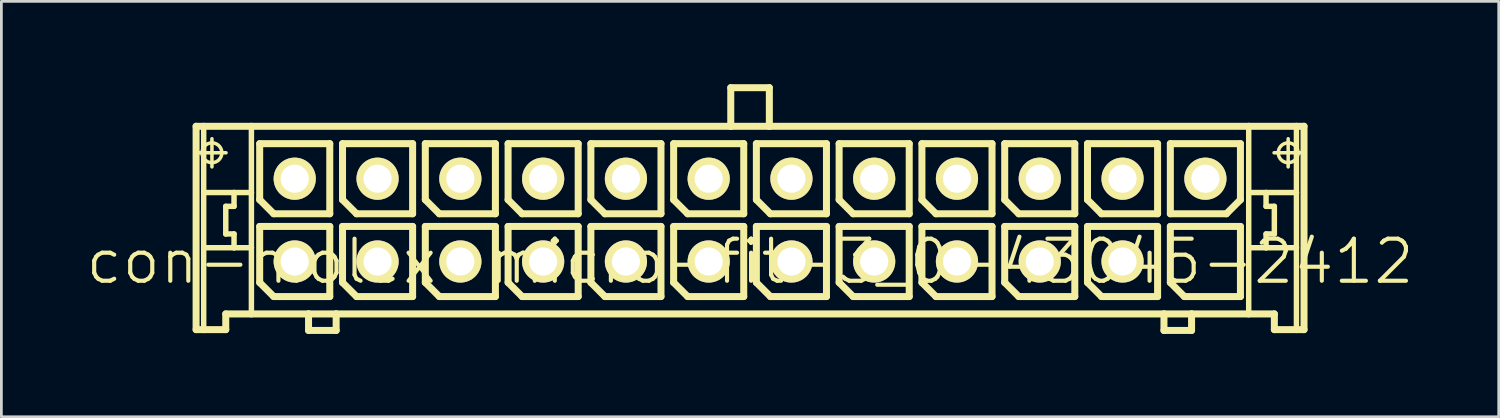
<source format=kicad_pcb>
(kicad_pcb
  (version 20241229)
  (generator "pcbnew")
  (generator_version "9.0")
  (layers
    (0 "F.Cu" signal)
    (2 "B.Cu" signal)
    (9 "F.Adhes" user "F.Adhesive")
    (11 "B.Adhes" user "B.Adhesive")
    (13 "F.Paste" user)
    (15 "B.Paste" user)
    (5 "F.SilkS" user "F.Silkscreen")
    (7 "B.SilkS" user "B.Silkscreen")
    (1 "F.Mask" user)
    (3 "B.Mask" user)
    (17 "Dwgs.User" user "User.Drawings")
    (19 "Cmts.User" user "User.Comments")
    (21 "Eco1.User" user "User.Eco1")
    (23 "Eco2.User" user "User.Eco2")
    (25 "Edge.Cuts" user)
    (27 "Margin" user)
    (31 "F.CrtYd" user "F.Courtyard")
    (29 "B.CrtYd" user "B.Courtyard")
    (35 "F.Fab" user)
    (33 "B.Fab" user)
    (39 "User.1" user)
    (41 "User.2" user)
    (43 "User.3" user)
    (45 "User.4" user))
  (footprint "con-molex-micro-fit-3_0-43045-2412"
    (layer "F.Cu")
    (at 24.13 6.426)
    (property "Reference" "con-molex-micro-fit-3_0-43045-2412" (at 0 0 0) (layer "F.SilkS") (effects (font (size 1.524 1.524) (thickness 0.15))))
    (attr exclude_from_pos_files exclude_from_bom)
    (fp_line (start -20.074 -4.9) (end -19.799 -4.9) (stroke (width 0.254) (type solid)) (layer "F.SilkS"))
    (fp_line (start -20.074 2.469) (end -20.074 -4.9) (stroke (width 0.254) (type solid)) (layer "F.SilkS"))
    (fp_line (start -20.008 -3.94) (end -18.989 -3.94) (stroke (width 0.127) (type solid)) (layer "F.SilkS"))
    (fp_line (start -19.799 -4.9) (end -18.07 -4.9) (stroke (width 0.254) (type solid)) (layer "F.SilkS"))
    (fp_line (start -19.799 -2.499) (end -19.799 -4.9) (stroke (width 0.198) (type solid)) (layer "F.SilkS"))
    (fp_line (start -19.799 -0.498) (end -19.799 -2.499) (stroke (width 0.198) (type solid)) (layer "F.SilkS"))
    (fp_line (start -19.799 2.469) (end -20.074 2.469) (stroke (width 0.254) (type solid)) (layer "F.SilkS"))
    (fp_line (start -19.799 2.469) (end -19.799 -0.498) (stroke (width 0.198) (type solid)) (layer "F.SilkS"))
    (fp_line (start -19.5 -3.429) (end -19.5 -4.448) (stroke (width 0.127) (type solid)) (layer "F.SilkS"))
    (fp_line (start -18.999 -1.999) (end -18.999 -0.998) (stroke (width 0.198) (type solid)) (layer "F.SilkS"))
    (fp_line (start -18.999 -0.998) (end -18.699 -0.998) (stroke (width 0.198) (type solid)) (layer "F.SilkS"))
    (fp_line (start -18.999 1.9) (end -18.999 2.469) (stroke (width 0.254) (type solid)) (layer "F.SilkS"))
    (fp_line (start -18.999 2.469) (end -19.799 2.469) (stroke (width 0.254) (type solid)) (layer "F.SilkS"))
    (fp_line (start -18.699 -2.499) (end -19.799 -2.499) (stroke (width 0.198) (type solid)) (layer "F.SilkS"))
    (fp_line (start -18.699 -2.499) (end -18.699 -1.999) (stroke (width 0.198) (type solid)) (layer "F.SilkS"))
    (fp_line (start -18.699 -1.999) (end -18.999 -1.999) (stroke (width 0.198) (type solid)) (layer "F.SilkS"))
    (fp_line (start -18.699 -0.998) (end -18.699 -0.498) (stroke (width 0.198) (type solid)) (layer "F.SilkS"))
    (fp_line (start -18.699 -0.498) (end -19.799 -0.498) (stroke (width 0.198) (type solid)) (layer "F.SilkS"))
    (fp_line (start -18.07 -4.9) (end -0.699 -4.9) (stroke (width 0.254) (type solid)) (layer "F.SilkS"))
    (fp_line (start -18.07 -2.499) (end -18.699 -2.499) (stroke (width 0.198) (type solid)) (layer "F.SilkS"))
    (fp_line (start -18.07 -2.499) (end -18.07 -4.9) (stroke (width 0.198) (type solid)) (layer "F.SilkS"))
    (fp_line (start -18.07 -0.498) (end -18.699 -0.498) (stroke (width 0.198) (type solid)) (layer "F.SilkS"))
    (fp_line (start -18.07 -0.498) (end -18.07 -2.499) (stroke (width 0.198) (type solid)) (layer "F.SilkS"))
    (fp_line (start -18.07 1.9) (end -18.999 1.9) (stroke (width 0.254) (type solid)) (layer "F.SilkS"))
    (fp_line (start -18.07 1.9) (end -18.07 -0.498) (stroke (width 0.198) (type solid)) (layer "F.SilkS"))
    (fp_line (start -17.77 -4.27) (end -15.23 -4.27) (stroke (width 0.254) (type solid)) (layer "F.SilkS"))
    (fp_line (start -17.77 -2.238) (end -17.77 -4.27) (stroke (width 0.254) (type solid)) (layer "F.SilkS"))
    (fp_line (start -17.77 -1.27) (end -15.23 -1.27) (stroke (width 0.254) (type solid)) (layer "F.SilkS"))
    (fp_line (start -17.77 0.762) (end -17.77 -1.27) (stroke (width 0.254) (type solid)) (layer "F.SilkS"))
    (fp_line (start -17.262 -1.73) (end -17.77 -2.238) (stroke (width 0.254) (type solid)) (layer "F.SilkS"))
    (fp_line (start -17.262 1.27) (end -17.77 0.762) (stroke (width 0.254) (type solid)) (layer "F.SilkS"))
    (fp_line (start -15.999 1.9) (end -18.07 1.9) (stroke (width 0.254) (type solid)) (layer "F.SilkS"))
    (fp_line (start -15.999 1.9) (end -15.999 2.499) (stroke (width 0.254) (type solid)) (layer "F.SilkS"))
    (fp_line (start -15.999 2.499) (end -14.999 2.499) (stroke (width 0.254) (type solid)) (layer "F.SilkS"))
    (fp_line (start -15.23 -4.27) (end -15.23 -1.73) (stroke (width 0.254) (type solid)) (layer "F.SilkS"))
    (fp_line (start -15.23 -1.73) (end -17.262 -1.73) (stroke (width 0.254) (type solid)) (layer "F.SilkS"))
    (fp_line (start -15.23 -1.27) (end -15.23 1.27) (stroke (width 0.254) (type solid)) (layer "F.SilkS"))
    (fp_line (start -15.23 1.27) (end -17.262 1.27) (stroke (width 0.254) (type solid)) (layer "F.SilkS"))
    (fp_line (start -14.999 1.9) (end -15.999 1.9) (stroke (width 0.254) (type solid)) (layer "F.SilkS"))
    (fp_line (start -14.999 2.499) (end -14.999 1.9) (stroke (width 0.254) (type solid)) (layer "F.SilkS"))
    (fp_line (start -14.768 -4.27) (end -12.228 -4.27) (stroke (width 0.254) (type solid)) (layer "F.SilkS"))
    (fp_line (start -14.768 -2.238) (end -14.768 -4.27) (stroke (width 0.254) (type solid)) (layer "F.SilkS"))
    (fp_line (start -14.768 -1.27) (end -12.228 -1.27) (stroke (width 0.254) (type solid)) (layer "F.SilkS"))
    (fp_line (start -14.768 0.762) (end -14.768 -1.27) (stroke (width 0.254) (type solid)) (layer "F.SilkS"))
    (fp_line (start -14.26 -1.73) (end -14.768 -2.238) (stroke (width 0.254) (type solid)) (layer "F.SilkS"))
    (fp_line (start -14.26 1.27) (end -14.768 0.762) (stroke (width 0.254) (type solid)) (layer "F.SilkS"))
    (fp_line (start -12.228 -4.27) (end -12.228 -1.73) (stroke (width 0.254) (type solid)) (layer "F.SilkS"))
    (fp_line (start -12.228 -1.73) (end -14.26 -1.73) (stroke (width 0.254) (type solid)) (layer "F.SilkS"))
    (fp_line (start -12.228 -1.27) (end -12.228 1.27) (stroke (width 0.254) (type solid)) (layer "F.SilkS"))
    (fp_line (start -12.228 1.27) (end -14.26 1.27) (stroke (width 0.254) (type solid)) (layer "F.SilkS"))
    (fp_line (start -11.768 -4.27) (end -9.228 -4.27) (stroke (width 0.254) (type solid)) (layer "F.SilkS"))
    (fp_line (start -11.768 -2.238) (end -11.768 -4.27) (stroke (width 0.254) (type solid)) (layer "F.SilkS"))
    (fp_line (start -11.768 -1.27) (end -9.228 -1.27) (stroke (width 0.254) (type solid)) (layer "F.SilkS"))
    (fp_line (start -11.768 0.762) (end -11.768 -1.27) (stroke (width 0.254) (type solid)) (layer "F.SilkS"))
    (fp_line (start -11.26 -1.73) (end -11.768 -2.238) (stroke (width 0.254) (type solid)) (layer "F.SilkS"))
    (fp_line (start -11.26 1.27) (end -11.768 0.762) (stroke (width 0.254) (type solid)) (layer "F.SilkS"))
    (fp_line (start -9.228 -4.27) (end -9.228 -1.73) (stroke (width 0.254) (type solid)) (layer "F.SilkS"))
    (fp_line (start -9.228 -1.73) (end -11.26 -1.73) (stroke (width 0.254) (type solid)) (layer "F.SilkS"))
    (fp_line (start -9.228 -1.27) (end -9.228 1.27) (stroke (width 0.254) (type solid)) (layer "F.SilkS"))
    (fp_line (start -9.228 1.27) (end -11.26 1.27) (stroke (width 0.254) (type solid)) (layer "F.SilkS"))
    (fp_line (start -8.768 -4.27) (end -6.228 -4.27) (stroke (width 0.254) (type solid)) (layer "F.SilkS"))
    (fp_line (start -8.768 -2.238) (end -8.768 -4.27) (stroke (width 0.254) (type solid)) (layer "F.SilkS"))
    (fp_line (start -8.768 -1.27) (end -6.228 -1.27) (stroke (width 0.254) (type solid)) (layer "F.SilkS"))
    (fp_line (start -8.768 0.762) (end -8.768 -1.27) (stroke (width 0.254) (type solid)) (layer "F.SilkS"))
    (fp_line (start -8.26 -1.73) (end -8.768 -2.238) (stroke (width 0.254) (type solid)) (layer "F.SilkS"))
    (fp_line (start -8.26 1.27) (end -8.768 0.762) (stroke (width 0.254) (type solid)) (layer "F.SilkS"))
    (fp_line (start -6.228 -4.27) (end -6.228 -1.73) (stroke (width 0.254) (type solid)) (layer "F.SilkS"))
    (fp_line (start -6.228 -1.73) (end -8.26 -1.73) (stroke (width 0.254) (type solid)) (layer "F.SilkS"))
    (fp_line (start -6.228 -1.27) (end -6.228 1.27) (stroke (width 0.254) (type solid)) (layer "F.SilkS"))
    (fp_line (start -6.228 1.27) (end -8.26 1.27) (stroke (width 0.254) (type solid)) (layer "F.SilkS"))
    (fp_line (start -5.768 -4.27) (end -3.228 -4.27) (stroke (width 0.254) (type solid)) (layer "F.SilkS"))
    (fp_line (start -5.768 -2.238) (end -5.768 -4.27) (stroke (width 0.254) (type solid)) (layer "F.SilkS"))
    (fp_line (start -5.768 -1.27) (end -3.228 -1.27) (stroke (width 0.254) (type solid)) (layer "F.SilkS"))
    (fp_line (start -5.768 0.762) (end -5.768 -1.27) (stroke (width 0.254) (type solid)) (layer "F.SilkS"))
    (fp_line (start -5.26 -1.73) (end -5.768 -2.238) (stroke (width 0.254) (type solid)) (layer "F.SilkS"))
    (fp_line (start -5.26 1.27) (end -5.768 0.762) (stroke (width 0.254) (type solid)) (layer "F.SilkS"))
    (fp_line (start -3.228 -4.27) (end -3.228 -1.73) (stroke (width 0.254) (type solid)) (layer "F.SilkS"))
    (fp_line (start -3.228 -1.73) (end -5.26 -1.73) (stroke (width 0.254) (type solid)) (layer "F.SilkS"))
    (fp_line (start -3.228 -1.27) (end -3.228 1.27) (stroke (width 0.254) (type solid)) (layer "F.SilkS"))
    (fp_line (start -3.228 1.27) (end -5.26 1.27) (stroke (width 0.254) (type solid)) (layer "F.SilkS"))
    (fp_line (start -2.769 -4.27) (end -0.229 -4.27) (stroke (width 0.254) (type solid)) (layer "F.SilkS"))
    (fp_line (start -2.769 -2.238) (end -2.769 -4.27) (stroke (width 0.254) (type solid)) (layer "F.SilkS"))
    (fp_line (start -2.769 -1.27) (end -0.229 -1.27) (stroke (width 0.254) (type solid)) (layer "F.SilkS"))
    (fp_line (start -2.769 0.762) (end -2.769 -1.27) (stroke (width 0.254) (type solid)) (layer "F.SilkS"))
    (fp_line (start -2.261 -1.73) (end -2.769 -2.238) (stroke (width 0.254) (type solid)) (layer "F.SilkS"))
    (fp_line (start -2.261 1.27) (end -2.769 0.762) (stroke (width 0.254) (type solid)) (layer "F.SilkS"))
    (fp_line (start -0.699 -6.299) (end -0.699 -4.9) (stroke (width 0.254) (type solid)) (layer "F.SilkS"))
    (fp_line (start -0.699 -6.299) (end 0.699 -6.299) (stroke (width 0.254) (type solid)) (layer "F.SilkS"))
    (fp_line (start -0.699 -4.9) (end 0.699 -4.9) (stroke (width 0.254) (type solid)) (layer "F.SilkS"))
    (fp_line (start -0.229 -4.27) (end -0.229 -1.73) (stroke (width 0.254) (type solid)) (layer "F.SilkS"))
    (fp_line (start -0.229 -1.73) (end -2.261 -1.73) (stroke (width 0.254) (type solid)) (layer "F.SilkS"))
    (fp_line (start -0.229 -1.27) (end -0.229 1.27) (stroke (width 0.254) (type solid)) (layer "F.SilkS"))
    (fp_line (start -0.229 1.27) (end -2.261 1.27) (stroke (width 0.254) (type solid)) (layer "F.SilkS"))
    (fp_line (start 0.229 -4.27) (end 2.769 -4.27) (stroke (width 0.254) (type solid)) (layer "F.SilkS"))
    (fp_line (start 0.229 -2.238) (end 0.229 -4.27) (stroke (width 0.254) (type solid)) (layer "F.SilkS"))
    (fp_line (start 0.229 -1.27) (end 2.769 -1.27) (stroke (width 0.254) (type solid)) (layer "F.SilkS"))
    (fp_line (start 0.229 0.762) (end 0.229 -1.27) (stroke (width 0.254) (type solid)) (layer "F.SilkS"))
    (fp_line (start 0.699 -6.299) (end 0.699 -4.9) (stroke (width 0.254) (type solid)) (layer "F.SilkS"))
    (fp_line (start 0.699 -4.9) (end 18.07 -4.9) (stroke (width 0.254) (type solid)) (layer "F.SilkS"))
    (fp_line (start 0.737 -1.73) (end 0.229 -2.238) (stroke (width 0.254) (type solid)) (layer "F.SilkS"))
    (fp_line (start 0.737 1.27) (end 0.229 0.762) (stroke (width 0.254) (type solid)) (layer "F.SilkS"))
    (fp_line (start 2.769 -4.27) (end 2.769 -1.73) (stroke (width 0.254) (type solid)) (layer "F.SilkS"))
    (fp_line (start 2.769 -1.73) (end 0.737 -1.73) (stroke (width 0.254) (type solid)) (layer "F.SilkS"))
    (fp_line (start 2.769 -1.27) (end 2.769 1.27) (stroke (width 0.254) (type solid)) (layer "F.SilkS"))
    (fp_line (start 2.769 1.27) (end 0.737 1.27) (stroke (width 0.254) (type solid)) (layer "F.SilkS"))
    (fp_line (start 3.228 -4.27) (end 5.768 -4.27) (stroke (width 0.254) (type solid)) (layer "F.SilkS"))
    (fp_line (start 3.228 -2.238) (end 3.228 -4.27) (stroke (width 0.254) (type solid)) (layer "F.SilkS"))
    (fp_line (start 3.228 -1.27) (end 5.768 -1.27) (stroke (width 0.254) (type solid)) (layer "F.SilkS"))
    (fp_line (start 3.228 0.762) (end 3.228 -1.27) (stroke (width 0.254) (type solid)) (layer "F.SilkS"))
    (fp_line (start 3.736 -1.73) (end 3.228 -2.238) (stroke (width 0.254) (type solid)) (layer "F.SilkS"))
    (fp_line (start 3.736 1.27) (end 3.228 0.762) (stroke (width 0.254) (type solid)) (layer "F.SilkS"))
    (fp_line (start 5.768 -4.27) (end 5.768 -1.73) (stroke (width 0.254) (type solid)) (layer "F.SilkS"))
    (fp_line (start 5.768 -1.73) (end 3.736 -1.73) (stroke (width 0.254) (type solid)) (layer "F.SilkS"))
    (fp_line (start 5.768 -1.27) (end 5.768 1.27) (stroke (width 0.254) (type solid)) (layer "F.SilkS"))
    (fp_line (start 5.768 1.27) (end 3.736 1.27) (stroke (width 0.254) (type solid)) (layer "F.SilkS"))
    (fp_line (start 6.228 -4.27) (end 8.768 -4.27) (stroke (width 0.254) (type solid)) (layer "F.SilkS"))
    (fp_line (start 6.228 -2.238) (end 6.228 -4.27) (stroke (width 0.254) (type solid)) (layer "F.SilkS"))
    (fp_line (start 6.228 -1.27) (end 8.768 -1.27) (stroke (width 0.254) (type solid)) (layer "F.SilkS"))
    (fp_line (start 6.228 0.762) (end 6.228 -1.27) (stroke (width 0.254) (type solid)) (layer "F.SilkS"))
    (fp_line (start 6.736 -1.73) (end 6.228 -2.238) (stroke (width 0.254) (type solid)) (layer "F.SilkS"))
    (fp_line (start 6.736 1.27) (end 6.228 0.762) (stroke (width 0.254) (type solid)) (layer "F.SilkS"))
    (fp_line (start 8.768 -4.27) (end 8.768 -1.73) (stroke (width 0.254) (type solid)) (layer "F.SilkS"))
    (fp_line (start 8.768 -1.73) (end 6.736 -1.73) (stroke (width 0.254) (type solid)) (layer "F.SilkS"))
    (fp_line (start 8.768 -1.27) (end 8.768 1.27) (stroke (width 0.254) (type solid)) (layer "F.SilkS"))
    (fp_line (start 8.768 1.27) (end 6.736 1.27) (stroke (width 0.254) (type solid)) (layer "F.SilkS"))
    (fp_line (start 9.228 -4.27) (end 11.768 -4.27) (stroke (width 0.254) (type solid)) (layer "F.SilkS"))
    (fp_line (start 9.228 -2.238) (end 9.228 -4.27) (stroke (width 0.254) (type solid)) (layer "F.SilkS"))
    (fp_line (start 9.228 -1.27) (end 11.768 -1.27) (stroke (width 0.254) (type solid)) (layer "F.SilkS"))
    (fp_line (start 9.228 0.762) (end 9.228 -1.27) (stroke (width 0.254) (type solid)) (layer "F.SilkS"))
    (fp_line (start 9.736 -1.73) (end 9.228 -2.238) (stroke (width 0.254) (type solid)) (layer "F.SilkS"))
    (fp_line (start 9.736 1.27) (end 9.228 0.762) (stroke (width 0.254) (type solid)) (layer "F.SilkS"))
    (fp_line (start 11.768 -4.27) (end 11.768 -1.73) (stroke (width 0.254) (type solid)) (layer "F.SilkS"))
    (fp_line (start 11.768 -1.73) (end 9.736 -1.73) (stroke (width 0.254) (type solid)) (layer "F.SilkS"))
    (fp_line (start 11.768 -1.27) (end 11.768 1.27) (stroke (width 0.254) (type solid)) (layer "F.SilkS"))
    (fp_line (start 11.768 1.27) (end 9.736 1.27) (stroke (width 0.254) (type solid)) (layer "F.SilkS"))
    (fp_line (start 12.228 -4.27) (end 14.768 -4.27) (stroke (width 0.254) (type solid)) (layer "F.SilkS"))
    (fp_line (start 12.228 -2.238) (end 12.228 -4.27) (stroke (width 0.254) (type solid)) (layer "F.SilkS"))
    (fp_line (start 12.228 -1.27) (end 14.768 -1.27) (stroke (width 0.254) (type solid)) (layer "F.SilkS"))
    (fp_line (start 12.228 0.762) (end 12.228 -1.27) (stroke (width 0.254) (type solid)) (layer "F.SilkS"))
    (fp_line (start 12.736 -1.73) (end 12.228 -2.238) (stroke (width 0.254) (type solid)) (layer "F.SilkS"))
    (fp_line (start 12.736 1.27) (end 12.228 0.762) (stroke (width 0.254) (type solid)) (layer "F.SilkS"))
    (fp_line (start 14.768 -4.27) (end 14.768 -1.73) (stroke (width 0.254) (type solid)) (layer "F.SilkS"))
    (fp_line (start 14.768 -1.73) (end 12.736 -1.73) (stroke (width 0.254) (type solid)) (layer "F.SilkS"))
    (fp_line (start 14.768 -1.27) (end 14.768 1.27) (stroke (width 0.254) (type solid)) (layer "F.SilkS"))
    (fp_line (start 14.768 1.27) (end 12.736 1.27) (stroke (width 0.254) (type solid)) (layer "F.SilkS"))
    (fp_line (start 14.999 1.9) (end -14.999 1.9) (stroke (width 0.254) (type solid)) (layer "F.SilkS"))
    (fp_line (start 14.999 1.9) (end 14.999 2.499) (stroke (width 0.254) (type solid)) (layer "F.SilkS"))
    (fp_line (start 14.999 2.499) (end 15.999 2.499) (stroke (width 0.254) (type solid)) (layer "F.SilkS"))
    (fp_line (start 15.23 -4.27) (end 15.23 -1.73) (stroke (width 0.254) (type solid)) (layer "F.SilkS"))
    (fp_line (start 15.23 -1.73) (end 17.262 -1.73) (stroke (width 0.254) (type solid)) (layer "F.SilkS"))
    (fp_line (start 15.23 -1.27) (end 17.77 -1.27) (stroke (width 0.254) (type solid)) (layer "F.SilkS"))
    (fp_line (start 15.23 0.762) (end 15.23 -1.27) (stroke (width 0.254) (type solid)) (layer "F.SilkS"))
    (fp_line (start 15.738 1.27) (end 15.23 0.762) (stroke (width 0.254) (type solid)) (layer "F.SilkS"))
    (fp_line (start 15.999 1.9) (end 14.999 1.9) (stroke (width 0.254) (type solid)) (layer "F.SilkS"))
    (fp_line (start 15.999 2.499) (end 15.999 1.9) (stroke (width 0.254) (type solid)) (layer "F.SilkS"))
    (fp_line (start 17.262 -1.73) (end 17.77 -2.238) (stroke (width 0.254) (type solid)) (layer "F.SilkS"))
    (fp_line (start 17.77 -4.27) (end 15.23 -4.27) (stroke (width 0.254) (type solid)) (layer "F.SilkS"))
    (fp_line (start 17.77 -2.238) (end 17.77 -4.27) (stroke (width 0.254) (type solid)) (layer "F.SilkS"))
    (fp_line (start 17.77 -1.27) (end 17.77 1.27) (stroke (width 0.254) (type solid)) (layer "F.SilkS"))
    (fp_line (start 17.77 1.27) (end 15.738 1.27) (stroke (width 0.254) (type solid)) (layer "F.SilkS"))
    (fp_line (start 18.07 -4.9) (end 18.07 -2.499) (stroke (width 0.198) (type solid)) (layer "F.SilkS"))
    (fp_line (start 18.07 -4.9) (end 19.799 -4.9) (stroke (width 0.254) (type solid)) (layer "F.SilkS"))
    (fp_line (start 18.07 -2.499) (end 18.07 -0.498) (stroke (width 0.198) (type solid)) (layer "F.SilkS"))
    (fp_line (start 18.07 -2.499) (end 18.699 -2.499) (stroke (width 0.198) (type solid)) (layer "F.SilkS"))
    (fp_line (start 18.07 -0.498) (end 18.07 1.9) (stroke (width 0.198) (type solid)) (layer "F.SilkS"))
    (fp_line (start 18.07 -0.498) (end 18.699 -0.498) (stroke (width 0.198) (type solid)) (layer "F.SilkS"))
    (fp_line (start 18.07 1.9) (end 15.999 1.9) (stroke (width 0.254) (type solid)) (layer "F.SilkS"))
    (fp_line (start 18.699 -2.499) (end 18.699 -1.999) (stroke (width 0.198) (type solid)) (layer "F.SilkS"))
    (fp_line (start 18.699 -2.499) (end 19.799 -2.499) (stroke (width 0.198) (type solid)) (layer "F.SilkS"))
    (fp_line (start 18.699 -1.999) (end 18.999 -1.999) (stroke (width 0.198) (type solid)) (layer "F.SilkS"))
    (fp_line (start 18.699 -0.998) (end 18.699 -0.498) (stroke (width 0.198) (type solid)) (layer "F.SilkS"))
    (fp_line (start 18.699 -0.498) (end 19.799 -0.498) (stroke (width 0.198) (type solid)) (layer "F.SilkS"))
    (fp_line (start 18.989 -3.94) (end 20.008 -3.94) (stroke (width 0.127) (type solid)) (layer "F.SilkS"))
    (fp_line (start 18.999 -1.999) (end 18.999 -0.998) (stroke (width 0.198) (type solid)) (layer "F.SilkS"))
    (fp_line (start 18.999 -0.998) (end 18.699 -0.998) (stroke (width 0.198) (type solid)) (layer "F.SilkS"))
    (fp_line (start 18.999 1.9) (end 18.07 1.9) (stroke (width 0.254) (type solid)) (layer "F.SilkS"))
    (fp_line (start 18.999 2.469) (end 18.999 1.9) (stroke (width 0.254) (type solid)) (layer "F.SilkS"))
    (fp_line (start 18.999 2.469) (end 19.799 2.469) (stroke (width 0.254) (type solid)) (layer "F.SilkS"))
    (fp_line (start 19.5 -3.429) (end 19.5 -4.448) (stroke (width 0.127) (type solid)) (layer "F.SilkS"))
    (fp_line (start 19.799 -4.9) (end 20.074 -4.9) (stroke (width 0.254) (type solid)) (layer "F.SilkS"))
    (fp_line (start 19.799 -2.499) (end 19.799 -4.9) (stroke (width 0.198) (type solid)) (layer "F.SilkS"))
    (fp_line (start 19.799 -0.498) (end 19.799 -2.499) (stroke (width 0.198) (type solid)) (layer "F.SilkS"))
    (fp_line (start 19.799 2.469) (end 19.799 -0.498) (stroke (width 0.198) (type solid)) (layer "F.SilkS"))
    (fp_line (start 19.799 2.469) (end 20.074 2.469) (stroke (width 0.254) (type solid)) (layer "F.SilkS"))
    (fp_line (start 20.074 -4.9) (end 20.074 2.469) (stroke (width 0.254) (type solid)) (layer "F.SilkS"))
    (fp_circle (center -19.5 -3.94) (end -19.754 -4.194) (stroke (width 0.127) (type solid)) (fill no) (layer "F.SilkS"))
    (fp_circle (center 19.5 -3.94) (end 19.754 -4.194) (stroke (width 0.127) (type solid)) (fill no) (layer "F.SilkS"))
    (pad "P$1" thru_hole rect (at 16.5 0) (size 0.001 0.001) (drill 1.019) (layers "*.Cu" "F.Mask" "F.SilkS" "F.Paste"))
    (pad "P$2" thru_hole circle (at 13.498 0) (size 1.529 1.529) (drill 1.019) (layers "*.Cu" "F.Mask" "F.SilkS" "F.Paste"))
    (pad "P$3" thru_hole circle (at 10.498 0) (size 1.529 1.529) (drill 1.019) (layers "*.Cu" "F.Mask" "F.SilkS" "F.Paste"))
    (pad "P$4" thru_hole circle (at 7.498 0) (size 1.529 1.529) (drill 1.019) (layers "*.Cu" "F.Mask" "F.SilkS" "F.Paste"))
    (pad "P$5" thru_hole circle (at 4.498 0) (size 1.529 1.529) (drill 1.019) (layers "*.Cu" "F.Mask" "F.SilkS" "F.Paste"))
    (pad "P$6" thru_hole circle (at 1.499 0) (size 1.529 1.529) (drill 1.019) (layers "*.Cu" "F.Mask" "F.SilkS" "F.Paste"))
    (pad "P$7" thru_hole circle (at -1.499 0) (size 1.529 1.529) (drill 1.019) (layers "*.Cu" "F.Mask" "F.SilkS" "F.Paste"))
    (pad "P$8" thru_hole circle (at -4.498 0) (size 1.529 1.529) (drill 1.019) (layers "*.Cu" "F.Mask" "F.SilkS" "F.Paste"))
    (pad "P$9" thru_hole circle (at -7.498 0) (size 1.529 1.529) (drill 1.019) (layers "*.Cu" "F.Mask" "F.SilkS" "F.Paste"))
    (pad "P$10" thru_hole circle (at -10.498 0) (size 1.529 1.529) (drill 1.019) (layers "*.Cu" "F.Mask" "F.SilkS" "F.Paste"))
    (pad "P$11" thru_hole circle (at -13.498 0) (size 1.529 1.529) (drill 1.019) (layers "*.Cu" "F.Mask" "F.SilkS" "F.Paste"))
    (pad "P$12" thru_hole circle (at -16.5 0) (size 1.529 1.529) (drill 1.019) (layers "*.Cu" "F.Mask" "F.SilkS" "F.Paste"))
    (pad "P$13" thru_hole circle (at 16.5 -3) (size 1.529 1.529) (drill 1.019) (layers "*.Cu" "F.Mask" "F.SilkS" "F.Paste"))
    (pad "P$14" thru_hole circle (at 13.498 -3) (size 1.529 1.529) (drill 1.019) (layers "*.Cu" "F.Mask" "F.SilkS" "F.Paste"))
    (pad "P$15" thru_hole circle (at 10.498 -3) (size 1.529 1.529) (drill 1.019) (layers "*.Cu" "F.Mask" "F.SilkS" "F.Paste"))
    (pad "P$16" thru_hole circle (at 7.498 -3) (size 1.529 1.529) (drill 1.019) (layers "*.Cu" "F.Mask" "F.SilkS" "F.Paste"))
    (pad "P$17" thru_hole circle (at 4.498 -3) (size 1.529 1.529) (drill 1.019) (layers "*.Cu" "F.Mask" "F.SilkS" "F.Paste"))
    (pad "P$18" thru_hole circle (at 1.499 -3) (size 1.529 1.529) (drill 1.019) (layers "*.Cu" "F.Mask" "F.SilkS" "F.Paste"))
    (pad "P$19" thru_hole circle (at -1.499 -3) (size 1.529 1.529) (drill 1.019) (layers "*.Cu" "F.Mask" "F.SilkS" "F.Paste"))
    (pad "P$20" thru_hole circle (at -4.498 -3) (size 1.529 1.529) (drill 1.019) (layers "*.Cu" "F.Mask" "F.SilkS" "F.Paste"))
    (pad "P$21" thru_hole circle (at -7.498 -3) (size 1.529 1.529) (drill 1.019) (layers "*.Cu" "F.Mask" "F.SilkS" "F.Paste"))
    (pad "P$22" thru_hole circle (at -10.498 -3) (size 1.529 1.529) (drill 1.019) (layers "*.Cu" "F.Mask" "F.SilkS" "F.Paste"))
    (pad "P$23" thru_hole circle (at -13.498 -3) (size 1.529 1.529) (drill 1.019) (layers "*.Cu" "F.Mask" "F.SilkS" "F.Paste"))
    (pad "P$24" thru_hole circle (at -16.5 -3) (size 1.529 1.529) (drill 1.019) (layers "*.Cu" "F.Mask" "F.SilkS" "F.Paste")))
  (gr_rect
    (start -3 -3)
    (end 51.26 12.053)
    (stroke (width 0.1) (type default))
    (fill no)
    (layer "Edge.Cuts")))
</source>
